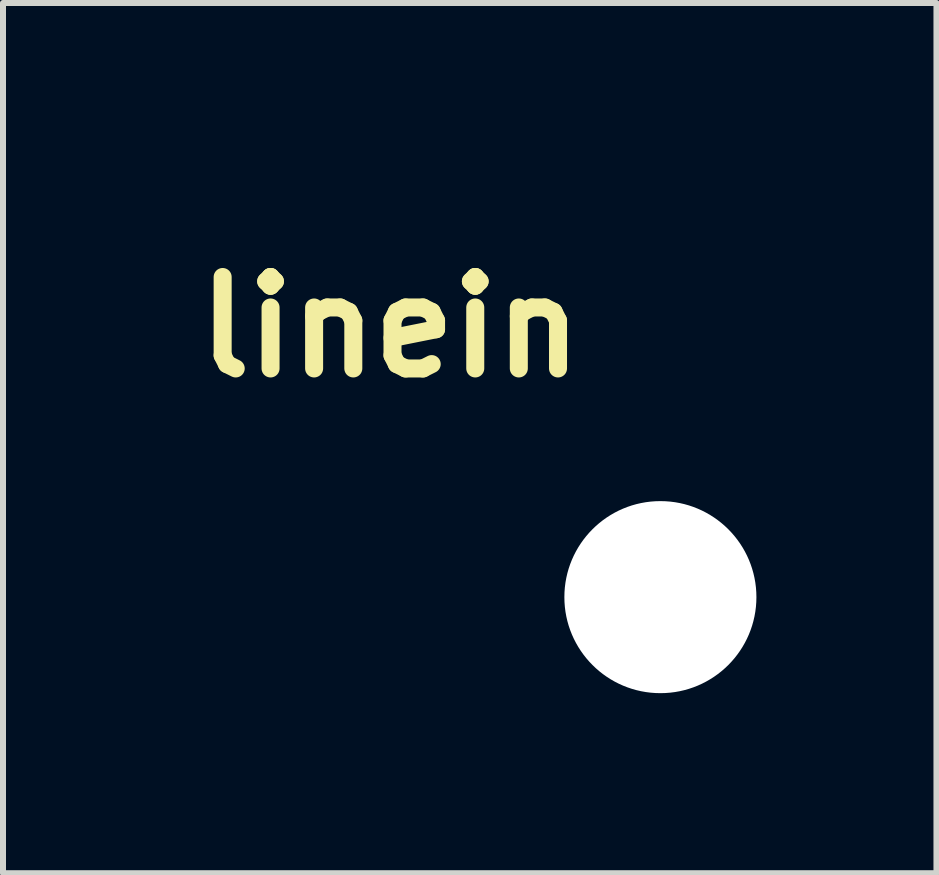
<source format=kicad_pcb>
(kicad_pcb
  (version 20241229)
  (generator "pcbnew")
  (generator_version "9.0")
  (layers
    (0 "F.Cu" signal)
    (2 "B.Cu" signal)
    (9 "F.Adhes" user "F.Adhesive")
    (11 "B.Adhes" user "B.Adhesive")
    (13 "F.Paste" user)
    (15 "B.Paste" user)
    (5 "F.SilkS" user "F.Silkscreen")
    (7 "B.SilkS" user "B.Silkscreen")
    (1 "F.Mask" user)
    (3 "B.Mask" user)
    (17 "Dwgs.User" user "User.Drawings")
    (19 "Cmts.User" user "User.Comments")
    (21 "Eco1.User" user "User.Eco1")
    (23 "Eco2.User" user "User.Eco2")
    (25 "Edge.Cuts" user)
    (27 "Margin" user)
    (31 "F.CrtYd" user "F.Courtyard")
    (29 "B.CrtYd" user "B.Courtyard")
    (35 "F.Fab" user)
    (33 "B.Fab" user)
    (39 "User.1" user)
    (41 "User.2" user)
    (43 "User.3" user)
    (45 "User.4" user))
  (footprint "linein"
    (layer "F.Cu")
    (at 7.954 6.9)
    (property "Reference" "linein" (at -4.5 -4.5 0) (layer "F.SilkS") (effects (font (size 1.524 1.524) (thickness 0.3))))
    (attr through_hole)
    (fp_poly (pts (xy -7.015 -3.608) (xy -6.972 -3.6) (xy -6.948 -3.591) (xy -6.903 -3.559) (xy -6.868 -3.516) (xy -6.844 -3.465) (xy -6.834 -3.411) (xy -6.834 -3.404) (xy -6.834 -3.381) (xy -6.836 -3.362) (xy -6.84 -3.343) (xy -6.847 -3.324) (xy -6.86 -3.304) (xy -6.878 -3.28) (xy -6.902 -3.251) (xy -6.935 -3.215) (xy -6.977 -3.172) (xy -7.028 -3.12) (xy -7.074 -3.074) (xy -7.293 -2.853) (xy -7.081 -2.642) (xy -7.014 -2.575) (xy -6.959 -2.517) (xy -6.914 -2.47) (xy -6.881 -2.433) (xy -6.86 -2.407) (xy -6.852 -2.394) (xy -6.838 -2.35) (xy -6.834 -2.299) (xy -6.841 -2.249) (xy -6.849 -2.225) (xy -6.868 -2.192) (xy -6.898 -2.159) (xy -6.933 -2.13) (xy -6.968 -2.11) (xy -6.978 -2.106) (xy -7.028 -2.098) (xy -7.081 -2.1) (xy -7.115 -2.107) (xy -7.126 -2.112) (xy -7.142 -2.124) (xy -7.164 -2.143) (xy -7.194 -2.17) (xy -7.232 -2.206) (xy -7.279 -2.251) (xy -7.336 -2.307) (xy -7.403 -2.373) (xy -7.456 -2.425) (xy -7.516 -2.486) (xy -7.574 -2.544) (xy -7.626 -2.597) (xy -7.673 -2.646) (xy -7.714 -2.688) (xy -7.745 -2.722) (xy -7.768 -2.747) (xy -7.78 -2.762) (xy -7.782 -2.764) (xy -7.792 -2.798) (xy -7.797 -2.84) (xy -7.796 -2.885) (xy -7.789 -2.924) (xy -7.782 -2.943) (xy -7.773 -2.955) (xy -7.753 -2.977) (xy -7.724 -3.009) (xy -7.686 -3.049) (xy -7.641 -3.095) (xy -7.59 -3.148) (xy -7.534 -3.204) (xy -7.474 -3.264) (xy -7.456 -3.282) (xy -7.386 -3.352) (xy -7.327 -3.41) (xy -7.278 -3.458) (xy -7.238 -3.497) (xy -7.205 -3.528) (xy -7.179 -3.552) (xy -7.158 -3.57) (xy -7.142 -3.583) (xy -7.129 -3.592) (xy -7.118 -3.598) (xy -7.108 -3.602) (xy -7.105 -3.603) (xy -7.062 -3.609) (xy -7.015 -3.608)) (stroke (width 0.01) (type solid)) (fill yes) (layer "F.Mask"))
    (fp_poly (pts (xy -3.806 -6.895) (xy -3.671 -6.895) (xy -3.552 -6.895) (xy -3.448 -6.895) (xy -3.357 -6.895) (xy -3.279 -6.894) (xy -3.213 -6.894) (xy -3.158 -6.894) (xy -3.112 -6.893) (xy -3.074 -6.892) (xy -3.044 -6.891) (xy -3.021 -6.89) (xy -3.003 -6.888) (xy -2.989 -6.887) (xy -2.979 -6.885) (xy -2.971 -6.882) (xy -2.964 -6.88) (xy -2.96 -6.878) (xy -2.911 -6.849) (xy -2.874 -6.81) (xy -2.853 -6.773) (xy -2.846 -6.756) (xy -2.84 -6.74) (xy -2.837 -6.722) (xy -2.834 -6.698) (xy -2.833 -6.665) (xy -2.833 -6.621) (xy -2.833 -6.58) (xy -2.833 -6.43) (xy -2.175 -6.43) (xy -2.05 -6.43) (xy -1.941 -6.43) (xy -1.847 -6.429) (xy -1.766 -6.429) (xy -1.697 -6.428) (xy -1.64 -6.427) (xy -1.592 -6.426) (xy -1.554 -6.424) (xy -1.523 -6.421) (xy -1.498 -6.417) (xy -1.479 -6.412) (xy -1.464 -6.406) (xy -1.452 -6.399) (xy -1.442 -6.391) (xy -1.432 -6.381) (xy -1.422 -6.37) (xy -1.413 -6.36) (xy -1.381 -6.313) (xy -1.363 -6.261) (xy -1.359 -6.208) (xy -1.369 -6.156) (xy -1.392 -6.108) (xy -1.429 -6.067) (xy -1.477 -6.034) (xy -1.477 -6.034) (xy -1.525 -6.011) (xy -2.833 -6.006) (xy -2.833 -5.86) (xy -2.833 -5.806) (xy -2.834 -5.766) (xy -2.835 -5.737) (xy -2.838 -5.715) (xy -2.842 -5.698) (xy -2.848 -5.682) (xy -2.853 -5.672) (xy -2.879 -5.63) (xy -2.914 -5.594) (xy -2.954 -5.568) (xy -2.975 -5.559) (xy -2.987 -5.558) (xy -3.008 -5.556) (xy -3.04 -5.555) (xy -3.084 -5.553) (xy -3.14 -5.552) (xy -3.208 -5.552) (xy -3.29 -5.551) (xy -3.386 -5.55) (xy -3.497 -5.55) (xy -3.624 -5.55) (xy -3.766 -5.55) (xy -3.815 -5.55) (xy -3.951 -5.55) (xy -4.071 -5.55) (xy -4.176 -5.55) (xy -4.267 -5.55) (xy -4.346 -5.551) (xy -4.413 -5.551) (xy -4.469 -5.552) (xy -4.516 -5.553) (xy -4.554 -5.553) (xy -4.584 -5.555) (xy -4.608 -5.556) (xy -4.627 -5.557) (xy -4.642 -5.559) (xy -4.653 -5.561) (xy -4.661 -5.564) (xy -4.665 -5.565) (xy -4.731 -5.595) (xy -4.793 -5.637) (xy -4.846 -5.688) (xy -4.888 -5.744) (xy -4.892 -5.752) (xy -4.904 -5.774) (xy -4.913 -5.795) (xy -4.921 -5.817) (xy -4.927 -5.842) (xy -4.932 -5.871) (xy -4.935 -5.907) (xy -4.937 -5.951) (xy -4.939 -6.005) (xy -4.94 -6.071) (xy -4.94 -6.151) (xy -4.94 -6.218) (xy -4.94 -6.308) (xy -4.939 -6.388) (xy -4.938 -6.458) (xy -4.936 -6.516) (xy -4.934 -6.559) (xy -4.932 -6.588) (xy -4.931 -6.595) (xy -4.909 -6.67) (xy -4.873 -6.737) (xy -4.824 -6.794) (xy -4.764 -6.84) (xy -4.695 -6.873) (xy -4.665 -6.882) (xy -4.655 -6.885) (xy -4.641 -6.886) (xy -4.624 -6.888) (xy -4.601 -6.89) (xy -4.572 -6.891) (xy -4.536 -6.892) (xy -4.491 -6.893) (xy -4.438 -6.894) (xy -4.373 -6.894) (xy -4.298 -6.894) (xy -4.21 -6.895) (xy -4.109 -6.895) (xy -3.993 -6.895) (xy -3.861 -6.895) (xy -3.806 -6.895)) (stroke (width 0.01) (type solid)) (fill yes) (layer "F.Mask"))
    (fp_poly (pts (xy -6.166 -6.429) (xy -6.118 -6.428) (xy -6.08 -6.426) (xy -6.051 -6.421) (xy -6.029 -6.414) (xy -6.009 -6.404) (xy -5.991 -6.39) (xy -5.978 -6.379) (xy -5.942 -6.34) (xy -5.92 -6.297) (xy -5.91 -6.245) (xy -5.91 -6.222) (xy -5.915 -6.168) (xy -5.931 -6.122) (xy -5.961 -6.081) (xy -5.974 -6.068) (xy -5.994 -6.051) (xy -6.013 -6.038) (xy -6.035 -6.027) (xy -6.062 -6.02) (xy -6.097 -6.015) (xy -6.142 -6.011) (xy -6.2 -6.008) (xy -6.244 -6.006) (xy -6.306 -6.004) (xy -6.354 -6.001) (xy -6.391 -5.998) (xy -6.42 -5.994) (xy -6.444 -5.99) (xy -6.466 -5.983) (xy -6.472 -5.981) (xy -6.571 -5.939) (xy -6.66 -5.884) (xy -6.737 -5.816) (xy -6.802 -5.737) (xy -6.854 -5.647) (xy -6.888 -5.562) (xy -6.896 -5.536) (xy -6.902 -5.51) (xy -6.905 -5.482) (xy -6.907 -5.447) (xy -6.908 -5.401) (xy -6.908 -5.38) (xy -6.908 -5.329) (xy -6.906 -5.29) (xy -6.903 -5.26) (xy -6.899 -5.234) (xy -6.892 -5.209) (xy -6.888 -5.198) (xy -6.847 -5.099) (xy -6.792 -5.01) (xy -6.725 -4.932) (xy -6.647 -4.867) (xy -6.559 -4.814) (xy -6.46 -4.774) (xy -6.441 -4.769) (xy -6.375 -4.75) (xy -4.221 -4.746) (xy -2.067 -4.741) (xy -1.986 -4.718) (xy -1.853 -4.673) (xy -1.73 -4.614) (xy -1.619 -4.543) (xy -1.519 -4.459) (xy -1.431 -4.363) (xy -1.354 -4.255) (xy -1.305 -4.167) (xy -1.252 -4.044) (xy -1.215 -3.917) (xy -1.194 -3.789) (xy -1.191 -3.661) (xy -1.203 -3.532) (xy -1.232 -3.405) (xy -1.278 -3.28) (xy -1.299 -3.235) (xy -1.366 -3.117) (xy -1.446 -3.011) (xy -1.536 -2.917) (xy -1.639 -2.835) (xy -1.752 -2.766) (xy -1.877 -2.71) (xy -1.986 -2.673) (xy -2.067 -2.651) (xy -3.908 -2.649) (xy -4.116 -2.648) (xy -4.307 -2.648) (xy -4.484 -2.648) (xy -4.645 -2.648) (xy -4.792 -2.648) (xy -4.926 -2.648) (xy -5.047 -2.648) (xy -5.155 -2.648) (xy -5.252 -2.648) (xy -5.338 -2.648) (xy -5.414 -2.649) (xy -5.48 -2.649) (xy -5.538 -2.649) (xy -5.587 -2.65) (xy -5.629 -2.651) (xy -5.664 -2.651) (xy -5.693 -2.652) (xy -5.717 -2.653) (xy -5.735 -2.654) (xy -5.75 -2.655) (xy -5.761 -2.657) (xy -5.769 -2.658) (xy -5.775 -2.66) (xy -5.78 -2.661) (xy -5.782 -2.662) (xy -5.832 -2.694) (xy -5.87 -2.736) (xy -5.895 -2.788) (xy -5.905 -2.845) (xy -5.905 -2.852) (xy -5.898 -2.912) (xy -5.875 -2.964) (xy -5.839 -3.008) (xy -5.789 -3.041) (xy -5.788 -3.042) (xy -5.74 -3.065) (xy -2.117 -3.074) (xy -2.05 -3.097) (xy -1.955 -3.138) (xy -1.869 -3.192) (xy -1.794 -3.258) (xy -1.73 -3.335) (xy -1.679 -3.421) (xy -1.642 -3.515) (xy -1.627 -3.571) (xy -1.615 -3.67) (xy -1.619 -3.769) (xy -1.638 -3.864) (xy -1.671 -3.954) (xy -1.717 -4.038) (xy -1.776 -4.115) (xy -1.847 -4.182) (xy -1.928 -4.239) (xy -2.019 -4.284) (xy -2.05 -4.295) (xy -2.117 -4.318) (xy -4.263 -4.323) (xy -6.409 -4.327) (xy -6.491 -4.346) (xy -6.616 -4.381) (xy -6.729 -4.426) (xy -6.834 -4.482) (xy -6.931 -4.552) (xy -7.025 -4.637) (xy -7.028 -4.639) (xy -7.118 -4.74) (xy -7.192 -4.848) (xy -7.252 -4.964) (xy -7.297 -5.086) (xy -7.322 -5.197) (xy -7.33 -5.257) (xy -7.334 -5.327) (xy -7.335 -5.401) (xy -7.332 -5.473) (xy -7.326 -5.537) (xy -7.323 -5.56) (xy -7.293 -5.686) (xy -7.247 -5.806) (xy -7.187 -5.919) (xy -7.115 -6.025) (xy -7.03 -6.121) (xy -6.935 -6.206) (xy -6.83 -6.28) (xy -6.716 -6.34) (xy -6.614 -6.38) (xy -6.557 -6.397) (xy -6.502 -6.41) (xy -6.447 -6.419) (xy -6.387 -6.425) (xy -6.318 -6.429) (xy -6.236 -6.43) (xy -6.229 -6.43) (xy -6.166 -6.429)) (stroke (width 0.01) (type solid)) (fill yes) (layer "F.Mask"))
    (fp_poly (pts (xy -7.015 -3.608) (xy -6.972 -3.6) (xy -6.948 -3.591) (xy -6.903 -3.559) (xy -6.868 -3.516) (xy -6.844 -3.465) (xy -6.834 -3.411) (xy -6.834 -3.404) (xy -6.834 -3.381) (xy -6.836 -3.362) (xy -6.84 -3.343) (xy -6.847 -3.324) (xy -6.86 -3.304) (xy -6.878 -3.28) (xy -6.902 -3.251) (xy -6.935 -3.215) (xy -6.977 -3.172) (xy -7.028 -3.12) (xy -7.074 -3.074) (xy -7.293 -2.853) (xy -7.081 -2.642) (xy -7.014 -2.575) (xy -6.959 -2.517) (xy -6.914 -2.47) (xy -6.881 -2.433) (xy -6.86 -2.407) (xy -6.852 -2.394) (xy -6.838 -2.35) (xy -6.834 -2.299) (xy -6.841 -2.249) (xy -6.849 -2.225) (xy -6.868 -2.192) (xy -6.898 -2.159) (xy -6.933 -2.13) (xy -6.968 -2.11) (xy -6.978 -2.106) (xy -7.028 -2.098) (xy -7.081 -2.1) (xy -7.115 -2.107) (xy -7.126 -2.112) (xy -7.142 -2.124) (xy -7.164 -2.143) (xy -7.194 -2.17) (xy -7.232 -2.206) (xy -7.279 -2.251) (xy -7.336 -2.307) (xy -7.403 -2.373) (xy -7.456 -2.425) (xy -7.516 -2.486) (xy -7.574 -2.544) (xy -7.626 -2.597) (xy -7.673 -2.646) (xy -7.714 -2.688) (xy -7.745 -2.722) (xy -7.768 -2.747) (xy -7.78 -2.762) (xy -7.782 -2.764) (xy -7.792 -2.798) (xy -7.797 -2.84) (xy -7.796 -2.885) (xy -7.789 -2.924) (xy -7.782 -2.943) (xy -7.773 -2.955) (xy -7.753 -2.977) (xy -7.724 -3.009) (xy -7.686 -3.049) (xy -7.641 -3.095) (xy -7.59 -3.148) (xy -7.534 -3.204) (xy -7.474 -3.264) (xy -7.456 -3.282) (xy -7.386 -3.352) (xy -7.327 -3.41) (xy -7.278 -3.458) (xy -7.238 -3.497) (xy -7.205 -3.528) (xy -7.179 -3.552) (xy -7.158 -3.57) (xy -7.142 -3.583) (xy -7.129 -3.592) (xy -7.118 -3.598) (xy -7.108 -3.602) (xy -7.105 -3.603) (xy -7.062 -3.609) (xy -7.015 -3.608)) (stroke (width 0.01) (type solid)) (fill yes) (layer "B.Mask"))
    (fp_poly (pts (xy -3.806 -6.895) (xy -3.671 -6.895) (xy -3.552 -6.895) (xy -3.448 -6.895) (xy -3.357 -6.895) (xy -3.279 -6.894) (xy -3.213 -6.894) (xy -3.158 -6.894) (xy -3.112 -6.893) (xy -3.074 -6.892) (xy -3.044 -6.891) (xy -3.021 -6.89) (xy -3.003 -6.888) (xy -2.989 -6.887) (xy -2.979 -6.885) (xy -2.971 -6.882) (xy -2.964 -6.88) (xy -2.96 -6.878) (xy -2.911 -6.849) (xy -2.874 -6.81) (xy -2.853 -6.773) (xy -2.846 -6.756) (xy -2.84 -6.74) (xy -2.837 -6.722) (xy -2.834 -6.698) (xy -2.833 -6.665) (xy -2.833 -6.621) (xy -2.833 -6.58) (xy -2.833 -6.43) (xy -2.175 -6.43) (xy -2.05 -6.43) (xy -1.941 -6.43) (xy -1.847 -6.429) (xy -1.766 -6.429) (xy -1.697 -6.428) (xy -1.64 -6.427) (xy -1.592 -6.426) (xy -1.554 -6.424) (xy -1.523 -6.421) (xy -1.498 -6.417) (xy -1.479 -6.412) (xy -1.464 -6.406) (xy -1.452 -6.399) (xy -1.442 -6.391) (xy -1.432 -6.381) (xy -1.422 -6.37) (xy -1.413 -6.36) (xy -1.381 -6.313) (xy -1.363 -6.261) (xy -1.359 -6.208) (xy -1.369 -6.156) (xy -1.392 -6.108) (xy -1.429 -6.067) (xy -1.477 -6.034) (xy -1.477 -6.034) (xy -1.525 -6.011) (xy -2.833 -6.006) (xy -2.833 -5.86) (xy -2.833 -5.806) (xy -2.834 -5.766) (xy -2.835 -5.737) (xy -2.838 -5.715) (xy -2.842 -5.698) (xy -2.848 -5.682) (xy -2.853 -5.672) (xy -2.879 -5.63) (xy -2.914 -5.594) (xy -2.954 -5.568) (xy -2.975 -5.559) (xy -2.987 -5.558) (xy -3.008 -5.556) (xy -3.04 -5.555) (xy -3.084 -5.553) (xy -3.14 -5.552) (xy -3.208 -5.552) (xy -3.29 -5.551) (xy -3.386 -5.55) (xy -3.497 -5.55) (xy -3.624 -5.55) (xy -3.766 -5.55) (xy -3.815 -5.55) (xy -3.951 -5.55) (xy -4.071 -5.55) (xy -4.176 -5.55) (xy -4.267 -5.55) (xy -4.346 -5.551) (xy -4.413 -5.551) (xy -4.469 -5.552) (xy -4.516 -5.553) (xy -4.554 -5.553) (xy -4.584 -5.555) (xy -4.608 -5.556) (xy -4.627 -5.557) (xy -4.642 -5.559) (xy -4.653 -5.561) (xy -4.661 -5.564) (xy -4.665 -5.565) (xy -4.731 -5.595) (xy -4.793 -5.637) (xy -4.846 -5.688) (xy -4.888 -5.744) (xy -4.892 -5.752) (xy -4.904 -5.774) (xy -4.913 -5.795) (xy -4.921 -5.817) (xy -4.927 -5.842) (xy -4.932 -5.871) (xy -4.935 -5.907) (xy -4.937 -5.951) (xy -4.939 -6.005) (xy -4.94 -6.071) (xy -4.94 -6.151) (xy -4.94 -6.218) (xy -4.94 -6.308) (xy -4.939 -6.388) (xy -4.938 -6.458) (xy -4.936 -6.516) (xy -4.934 -6.559) (xy -4.932 -6.588) (xy -4.931 -6.595) (xy -4.909 -6.67) (xy -4.873 -6.737) (xy -4.824 -6.794) (xy -4.764 -6.84) (xy -4.695 -6.873) (xy -4.665 -6.882) (xy -4.655 -6.885) (xy -4.641 -6.886) (xy -4.624 -6.888) (xy -4.601 -6.89) (xy -4.572 -6.891) (xy -4.536 -6.892) (xy -4.491 -6.893) (xy -4.438 -6.894) (xy -4.373 -6.894) (xy -4.298 -6.894) (xy -4.21 -6.895) (xy -4.109 -6.895) (xy -3.993 -6.895) (xy -3.861 -6.895) (xy -3.806 -6.895)) (stroke (width 0.01) (type solid)) (fill yes) (layer "B.Mask"))
    (fp_poly (pts (xy -6.166 -6.429) (xy -6.118 -6.428) (xy -6.08 -6.426) (xy -6.051 -6.421) (xy -6.029 -6.414) (xy -6.009 -6.404) (xy -5.991 -6.39) (xy -5.978 -6.379) (xy -5.942 -6.34) (xy -5.92 -6.297) (xy -5.91 -6.245) (xy -5.91 -6.222) (xy -5.915 -6.168) (xy -5.931 -6.122) (xy -5.961 -6.081) (xy -5.974 -6.068) (xy -5.994 -6.051) (xy -6.013 -6.038) (xy -6.035 -6.027) (xy -6.062 -6.02) (xy -6.097 -6.015) (xy -6.142 -6.011) (xy -6.2 -6.008) (xy -6.244 -6.006) (xy -6.306 -6.004) (xy -6.354 -6.001) (xy -6.391 -5.998) (xy -6.42 -5.994) (xy -6.444 -5.99) (xy -6.466 -5.983) (xy -6.472 -5.981) (xy -6.571 -5.939) (xy -6.66 -5.884) (xy -6.737 -5.816) (xy -6.802 -5.737) (xy -6.854 -5.647) (xy -6.888 -5.562) (xy -6.896 -5.536) (xy -6.902 -5.51) (xy -6.905 -5.482) (xy -6.907 -5.447) (xy -6.908 -5.401) (xy -6.908 -5.38) (xy -6.908 -5.329) (xy -6.906 -5.29) (xy -6.903 -5.26) (xy -6.899 -5.234) (xy -6.892 -5.209) (xy -6.888 -5.198) (xy -6.847 -5.099) (xy -6.792 -5.01) (xy -6.725 -4.932) (xy -6.647 -4.867) (xy -6.559 -4.814) (xy -6.46 -4.774) (xy -6.441 -4.769) (xy -6.375 -4.75) (xy -4.221 -4.746) (xy -2.067 -4.741) (xy -1.986 -4.718) (xy -1.853 -4.673) (xy -1.73 -4.614) (xy -1.619 -4.543) (xy -1.519 -4.459) (xy -1.431 -4.363) (xy -1.354 -4.255) (xy -1.305 -4.167) (xy -1.252 -4.044) (xy -1.215 -3.917) (xy -1.194 -3.789) (xy -1.191 -3.661) (xy -1.203 -3.532) (xy -1.232 -3.405) (xy -1.278 -3.28) (xy -1.299 -3.235) (xy -1.366 -3.117) (xy -1.446 -3.011) (xy -1.536 -2.917) (xy -1.639 -2.835) (xy -1.752 -2.766) (xy -1.877 -2.71) (xy -1.986 -2.673) (xy -2.067 -2.651) (xy -3.908 -2.649) (xy -4.116 -2.648) (xy -4.307 -2.648) (xy -4.484 -2.648) (xy -4.645 -2.648) (xy -4.792 -2.648) (xy -4.926 -2.648) (xy -5.047 -2.648) (xy -5.155 -2.648) (xy -5.252 -2.648) (xy -5.338 -2.648) (xy -5.414 -2.649) (xy -5.48 -2.649) (xy -5.538 -2.649) (xy -5.587 -2.65) (xy -5.629 -2.651) (xy -5.664 -2.651) (xy -5.693 -2.652) (xy -5.717 -2.653) (xy -5.735 -2.654) (xy -5.75 -2.655) (xy -5.761 -2.657) (xy -5.769 -2.658) (xy -5.775 -2.66) (xy -5.78 -2.661) (xy -5.782 -2.662) (xy -5.832 -2.694) (xy -5.87 -2.736) (xy -5.895 -2.788) (xy -5.905 -2.845) (xy -5.905 -2.852) (xy -5.898 -2.912) (xy -5.875 -2.964) (xy -5.839 -3.008) (xy -5.789 -3.041) (xy -5.788 -3.042) (xy -5.74 -3.065) (xy -2.117 -3.074) (xy -2.05 -3.097) (xy -1.955 -3.138) (xy -1.869 -3.192) (xy -1.794 -3.258) (xy -1.73 -3.335) (xy -1.679 -3.421) (xy -1.642 -3.515) (xy -1.627 -3.571) (xy -1.615 -3.67) (xy -1.619 -3.769) (xy -1.638 -3.864) (xy -1.671 -3.954) (xy -1.717 -4.038) (xy -1.776 -4.115) (xy -1.847 -4.182) (xy -1.928 -4.239) (xy -2.019 -4.284) (xy -2.05 -4.295) (xy -2.117 -4.318) (xy -4.263 -4.323) (xy -6.409 -4.327) (xy -6.491 -4.346) (xy -6.616 -4.381) (xy -6.729 -4.426) (xy -6.834 -4.482) (xy -6.931 -4.552) (xy -7.025 -4.637) (xy -7.028 -4.639) (xy -7.118 -4.74) (xy -7.192 -4.848) (xy -7.252 -4.964) (xy -7.297 -5.086) (xy -7.322 -5.197) (xy -7.33 -5.257) (xy -7.334 -5.327) (xy -7.335 -5.401) (xy -7.332 -5.473) (xy -7.326 -5.537) (xy -7.323 -5.56) (xy -7.293 -5.686) (xy -7.247 -5.806) (xy -7.187 -5.919) (xy -7.115 -6.025) (xy -7.03 -6.121) (xy -6.935 -6.206) (xy -6.83 -6.28) (xy -6.716 -6.34) (xy -6.614 -6.38) (xy -6.557 -6.397) (xy -6.502 -6.41) (xy -6.447 -6.419) (xy -6.387 -6.425) (xy -6.318 -6.429) (xy -6.236 -6.43) (xy -6.229 -6.43) (xy -6.166 -6.429)) (stroke (width 0.01) (type solid)) (fill yes) (layer "B.Mask"))
    (pad "" np_thru_hole circle (at 0 0) (size 3.2 3.2) (drill 3.2) (layers "*.Cu" "*.Mask")))
  (gr_rect
    (start -3 -3)
    (end 12.554 11.5)
    (stroke (width 0.1) (type default))
    (fill no)
    (layer "Edge.Cuts")))
</source>
